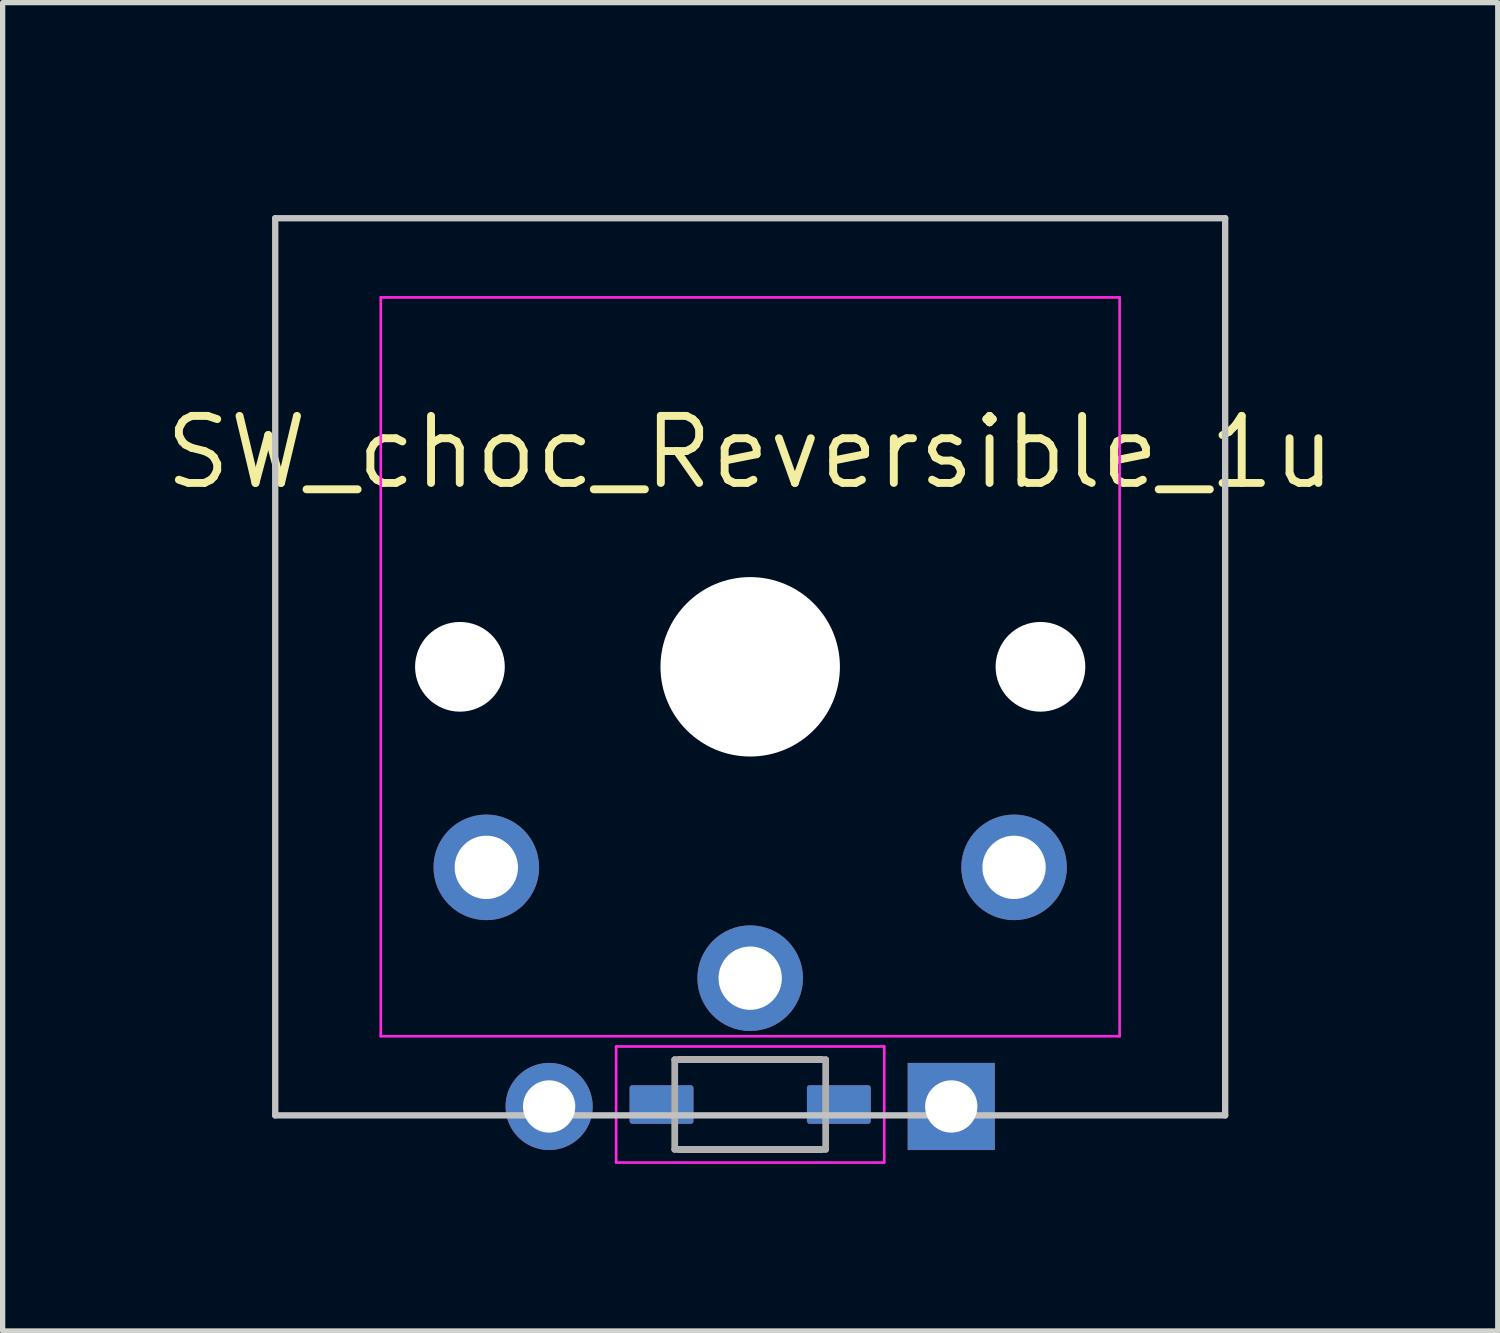
<source format=kicad_pcb>
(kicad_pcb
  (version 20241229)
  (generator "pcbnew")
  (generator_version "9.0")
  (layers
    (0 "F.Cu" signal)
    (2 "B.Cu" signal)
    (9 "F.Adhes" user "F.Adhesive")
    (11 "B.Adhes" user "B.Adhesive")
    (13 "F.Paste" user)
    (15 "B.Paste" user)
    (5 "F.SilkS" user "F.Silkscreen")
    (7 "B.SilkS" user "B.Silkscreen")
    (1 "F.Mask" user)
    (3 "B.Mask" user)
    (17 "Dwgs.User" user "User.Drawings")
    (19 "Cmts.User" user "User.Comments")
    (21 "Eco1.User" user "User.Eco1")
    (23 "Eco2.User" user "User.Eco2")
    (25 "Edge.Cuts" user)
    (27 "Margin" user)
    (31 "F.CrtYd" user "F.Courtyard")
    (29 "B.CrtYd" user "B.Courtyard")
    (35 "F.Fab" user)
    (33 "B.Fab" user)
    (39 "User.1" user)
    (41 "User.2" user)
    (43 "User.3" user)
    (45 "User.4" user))
  (footprint "SW_choc_Reversible_1u"
    (layer "F.Cu")
    (at 11.165 9.585)
    (property "Reference" "SW_choc_Reversible_1u" (at 0 -4.064 0) (layer "F.SilkS") (effects (font (size 1.27 1.27) (thickness 0.15))))
    (attr through_hole exclude_from_pos_files exclude_from_bom)
    (fp_line (start -1.35 7.444) (end 1.35 7.444) (stroke (width 0.127) (type solid)) (layer "F.SilkS"))
    (fp_line (start -1.35 9.144) (end 1.35 9.144) (stroke (width 0.127) (type solid)) (layer "F.SilkS"))
    (fp_line (start -1.35 7.444) (end 1.35 7.444) (stroke (width 0.127) (type solid)) (layer "B.SilkS"))
    (fp_line (start -1.35 9.144) (end 1.35 9.144) (stroke (width 0.127) (type solid)) (layer "B.SilkS"))
    (fp_line (start -9 -8.5) (end 9 -8.5) (stroke (width 0.12) (type solid)) (layer "Dwgs.User"))
    (fp_line (start -9 8.5) (end -9 -8.5) (stroke (width 0.12) (type solid)) (layer "Dwgs.User"))
    (fp_line (start 9 -8.5) (end 9 8.5) (stroke (width 0.12) (type solid)) (layer "Dwgs.User"))
    (fp_line (start 9 8.5) (end -9 8.5) (stroke (width 0.12) (type solid)) (layer "Dwgs.User"))
    (fp_line (start -9.525 -9.525) (end -9.525 9.525) (stroke (width 0.12) (type solid)) (layer "Eco1.User"))
    (fp_line (start -9.525 9.525) (end 9.525 9.525) (stroke (width 0.12) (type solid)) (layer "Eco1.User"))
    (fp_line (start 9.525 -9.525) (end -9.525 -9.525) (stroke (width 0.12) (type solid)) (layer "Eco1.User"))
    (fp_line (start 9.525 9.525) (end 9.525 -9.525) (stroke (width 0.12) (type solid)) (layer "Eco1.User"))
    (fp_line (start -6.95 6.45) (end -6.95 -6.45) (stroke (width 0.05) (type solid)) (layer "Eco2.User"))
    (fp_line (start -6.45 -6.95) (end 6.45 -6.95) (stroke (width 0.05) (type solid)) (layer "Eco2.User"))
    (fp_line (start 6.45 6.95) (end -6.45 6.95) (stroke (width 0.05) (type solid)) (layer "Eco2.User"))
    (fp_line (start 6.95 -6.45) (end 6.95 6.45) (stroke (width 0.05) (type solid)) (layer "Eco2.User"))
    (fp_arc (start -6.95 -6.45) (mid -6.803553 -6.803553) (end -6.45 -6.95) (stroke (width 0.05) (type solid)) (layer "Eco2.User"))
    (fp_arc (start -6.45 6.95) (mid -6.803553 6.803553) (end -6.95 6.45) (stroke (width 0.05) (type solid)) (layer "Eco2.User"))
    (fp_arc (start 6.45 -6.95) (mid 6.803553 -6.803553) (end 6.95 -6.45) (stroke (width 0.05) (type solid)) (layer "Eco2.User"))
    (fp_arc (start 6.95 6.45) (mid 6.803553 6.803553) (end 6.45 6.95) (stroke (width 0.05) (type solid)) (layer "Eco2.User"))
    (fp_line (start -7 -7) (end 7 -7) (stroke (width 0.05) (type solid)) (layer "F.CrtYd"))
    (fp_line (start -7 7) (end -7 -7) (stroke (width 0.05) (type solid)) (layer "F.CrtYd"))
    (fp_line (start -2.54 7.194) (end 2.54 7.194) (stroke (width 0.05) (type solid)) (layer "F.CrtYd"))
    (fp_line (start -2.54 9.394) (end -2.54 7.194) (stroke (width 0.05) (type solid)) (layer "F.CrtYd"))
    (fp_line (start 2.54 7.194) (end 2.54 9.394) (stroke (width 0.05) (type solid)) (layer "F.CrtYd"))
    (fp_line (start 2.54 9.394) (end -2.54 9.394) (stroke (width 0.05) (type solid)) (layer "F.CrtYd"))
    (fp_line (start 7 -7) (end 7 7) (stroke (width 0.05) (type solid)) (layer "F.CrtYd"))
    (fp_line (start 7 7) (end -7 7) (stroke (width 0.05) (type solid)) (layer "F.CrtYd"))
    (fp_line (start -1.43 7.444) (end 1.43 7.444) (stroke (width 0.127) (type solid)) (layer "F.Fab"))
    (fp_line (start -1.43 9.144) (end -1.43 7.444) (stroke (width 0.127) (type solid)) (layer "F.Fab"))
    (fp_line (start 1.43 7.444) (end 1.43 9.144) (stroke (width 0.127) (type solid)) (layer "F.Fab"))
    (fp_line (start 1.43 9.144) (end -1.43 9.144) (stroke (width 0.127) (type solid)) (layer "F.Fab"))
    (fp_text user "19.05 spacing" (at 0 -8.7 180) (layer "Eco1.User") (effects (font (size 1 1) (thickness 0.15))))
    (pad "" np_thru_hole circle (at -5.5 0 180) (size 1.7 1.7) (drill 1.7) (layers "*.Cu" "*.Mask"))
    (pad "" np_thru_hole circle (at 0 0 180) (size 3.4 3.4) (drill 3.4) (layers "*.Cu" "*.Mask"))
    (pad "" np_thru_hole circle (at 5.5 0 180) (size 1.7 1.7) (drill 1.7) (layers "*.Cu" "*.Mask"))
    (pad "1" thru_hole circle (at -5 3.8 180) (size 2 2) (drill 1.2) (layers "*.Cu" "*.Mask"))
    (pad "1" thru_hole circle (at 5 3.8) (size 2 2) (drill 1.2) (layers "*.Cu" "*.Mask"))
    (pad "2" thru_hole circle (at 0 5.9 180) (size 2 2) (drill 1.2) (layers "*.Cu" "*.Mask"))
    (pad "3" thru_hole circle (at -3.81 8.331) (size 1.651 1.651) (drill 0.991) (layers "*.Cu" "*.Mask"))
    (pad "3" smd roundrect (at -1.68 8.294) (size 1.21 0.73) (layers "*.Paste" "*.Mask" "F.Cu") (roundrect_rratio 0.07))
    (pad "3" smd roundrect (at -1.68 8.294) (size 1.21 0.73) (layers "*.Paste" "*.Mask" "B.Cu") (roundrect_rratio 0.07))
    (pad "4" smd roundrect (at 1.68 8.294) (size 1.21 0.73) (layers "*.Paste" "*.Mask" "F.Cu") (roundrect_rratio 0.07))
    (pad "4" smd roundrect (at 1.68 8.294) (size 1.21 0.73) (layers "*.Paste" "*.Mask" "B.Cu") (roundrect_rratio 0.07))
    (pad "4" thru_hole rect (at 3.81 8.331) (size 1.651 1.651) (drill 0.991) (layers "*.Cu" "*.Mask")))
  (gr_rect
    (start -3 -3)
    (end 25.33 22.17)
    (stroke (width 0.1) (type default))
    (fill no)
    (layer "Edge.Cuts")))
</source>
